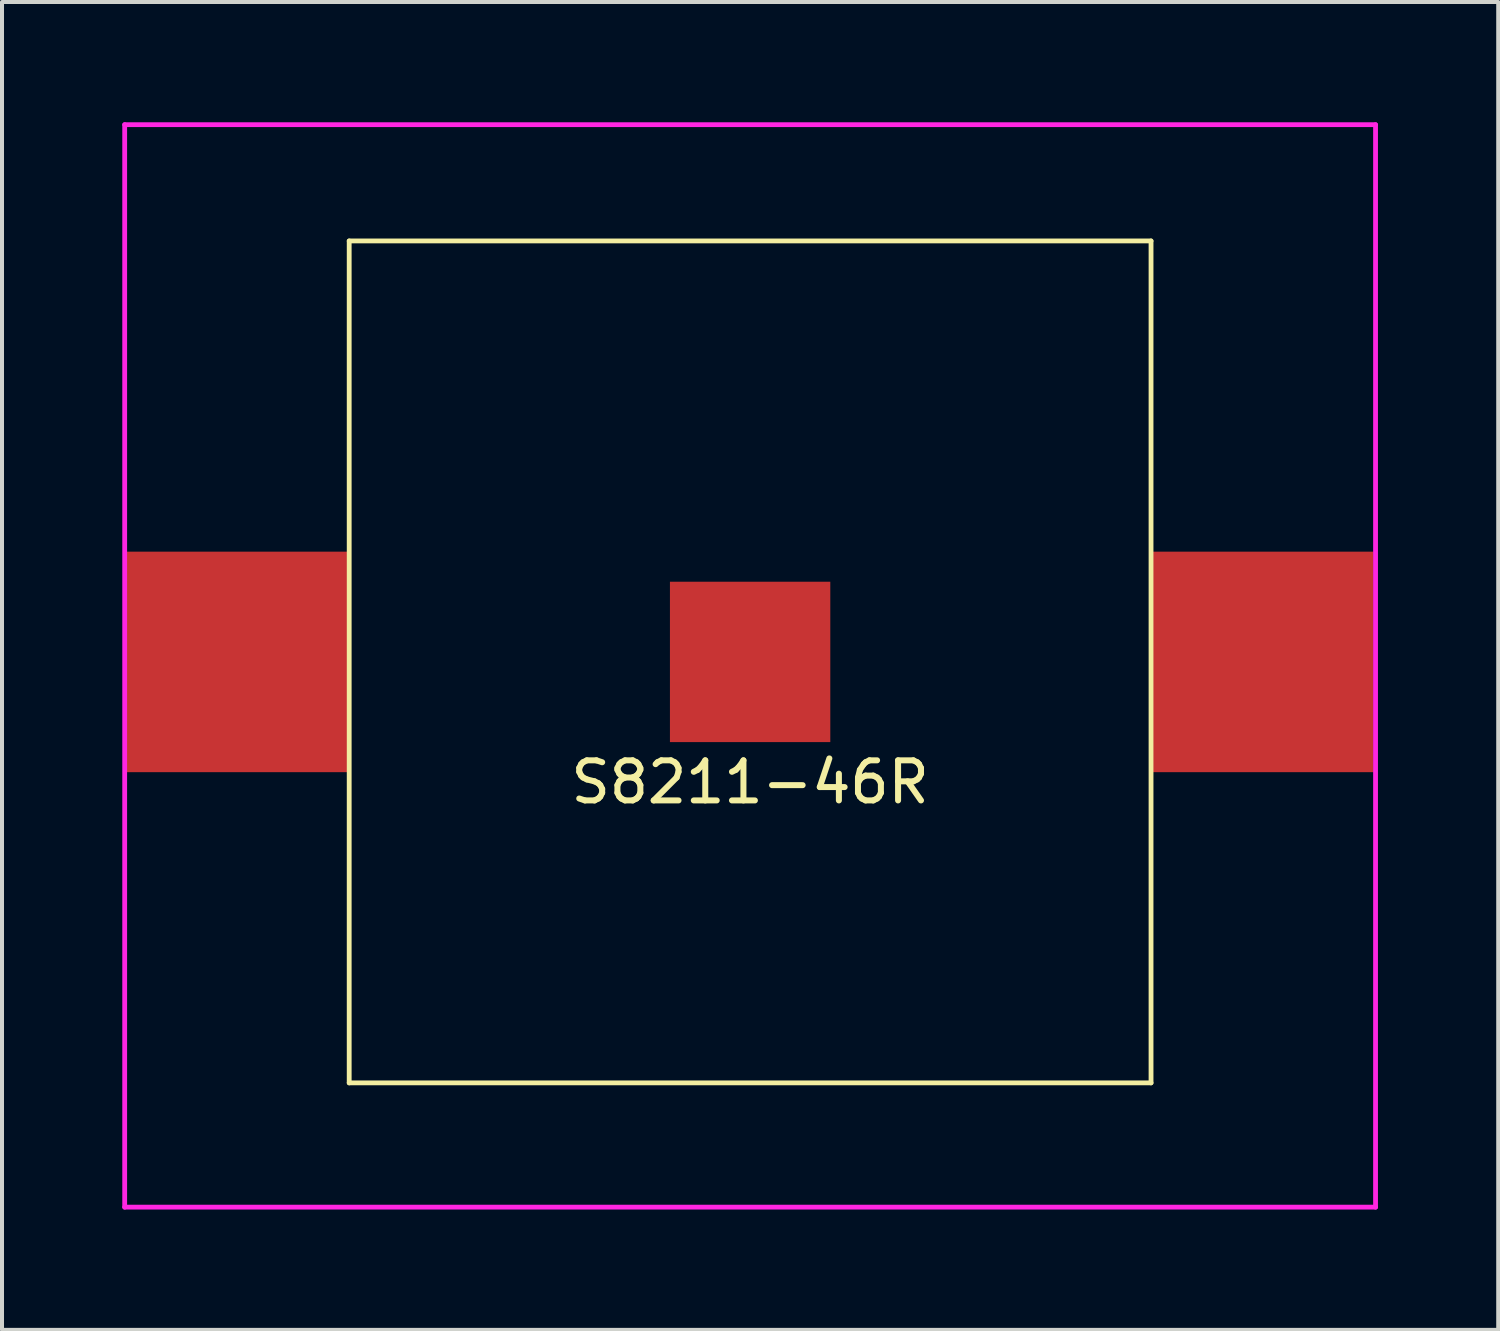
<source format=kicad_pcb>
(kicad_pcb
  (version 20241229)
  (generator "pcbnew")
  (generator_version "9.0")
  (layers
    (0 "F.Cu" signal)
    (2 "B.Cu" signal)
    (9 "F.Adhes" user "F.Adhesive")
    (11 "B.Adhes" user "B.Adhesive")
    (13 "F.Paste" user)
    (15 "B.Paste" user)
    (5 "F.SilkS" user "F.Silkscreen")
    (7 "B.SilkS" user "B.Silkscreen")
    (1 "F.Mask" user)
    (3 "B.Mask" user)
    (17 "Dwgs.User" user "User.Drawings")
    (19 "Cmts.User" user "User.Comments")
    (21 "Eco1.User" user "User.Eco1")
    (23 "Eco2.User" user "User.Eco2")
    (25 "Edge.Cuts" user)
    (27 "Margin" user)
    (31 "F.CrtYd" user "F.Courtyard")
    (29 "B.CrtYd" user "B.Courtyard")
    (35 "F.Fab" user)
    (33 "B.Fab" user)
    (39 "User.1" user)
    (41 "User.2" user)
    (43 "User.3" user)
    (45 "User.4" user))
  (footprint "S8211-46R"
    (layer "F.Cu")
    (at 15.66 13.46)
    (property "Reference" "S8211-46R" (at 0 3 0) (layer "F.SilkS") (effects (font (size 1 1) (thickness 0.15))))
    (attr through_hole)
    (fp_line (start -10 -10.5) (end 10 -10.5) (stroke (width 0.12) (type solid)) (layer "F.SilkS"))
    (fp_line (start -10 10.5) (end -10 -10.5) (stroke (width 0.12) (type solid)) (layer "F.SilkS"))
    (fp_line (start 10 -10.5) (end 10 10.5) (stroke (width 0.12) (type solid)) (layer "F.SilkS"))
    (fp_line (start 10 10.5) (end -10 10.5) (stroke (width 0.12) (type solid)) (layer "F.SilkS"))
    (fp_line (start -15.6 -13.4) (end -15.6 13.6) (stroke (width 0.12) (type solid)) (layer "F.CrtYd"))
    (fp_line (start -15.6 -13.4) (end 15.6 -13.4) (stroke (width 0.12) (type solid)) (layer "F.CrtYd"))
    (fp_line (start -15.6 13.6) (end 15.6 13.6) (stroke (width 0.12) (type solid)) (layer "F.CrtYd"))
    (fp_line (start 15.6 -13.4) (end 15.6 13.6) (stroke (width 0.12) (type solid)) (layer "F.CrtYd"))
    (pad "1" smd rect (at -12.8 0) (size 5.5 5.5) (layers "F.Cu" "F.Mask" "F.Paste"))
    (pad "1" smd rect (at 12.8 0) (size 5.5 5.5) (layers "F.Cu" "F.Mask" "F.Paste"))
    (pad "2" smd rect (at 0 0 90) (size 4 4) (layers "F.Cu" "F.Mask" "F.Paste")))
  (gr_rect
    (start -3 -3)
    (end 34.32 30.12)
    (stroke (width 0.1) (type default))
    (fill no)
    (layer "Edge.Cuts")))
</source>
